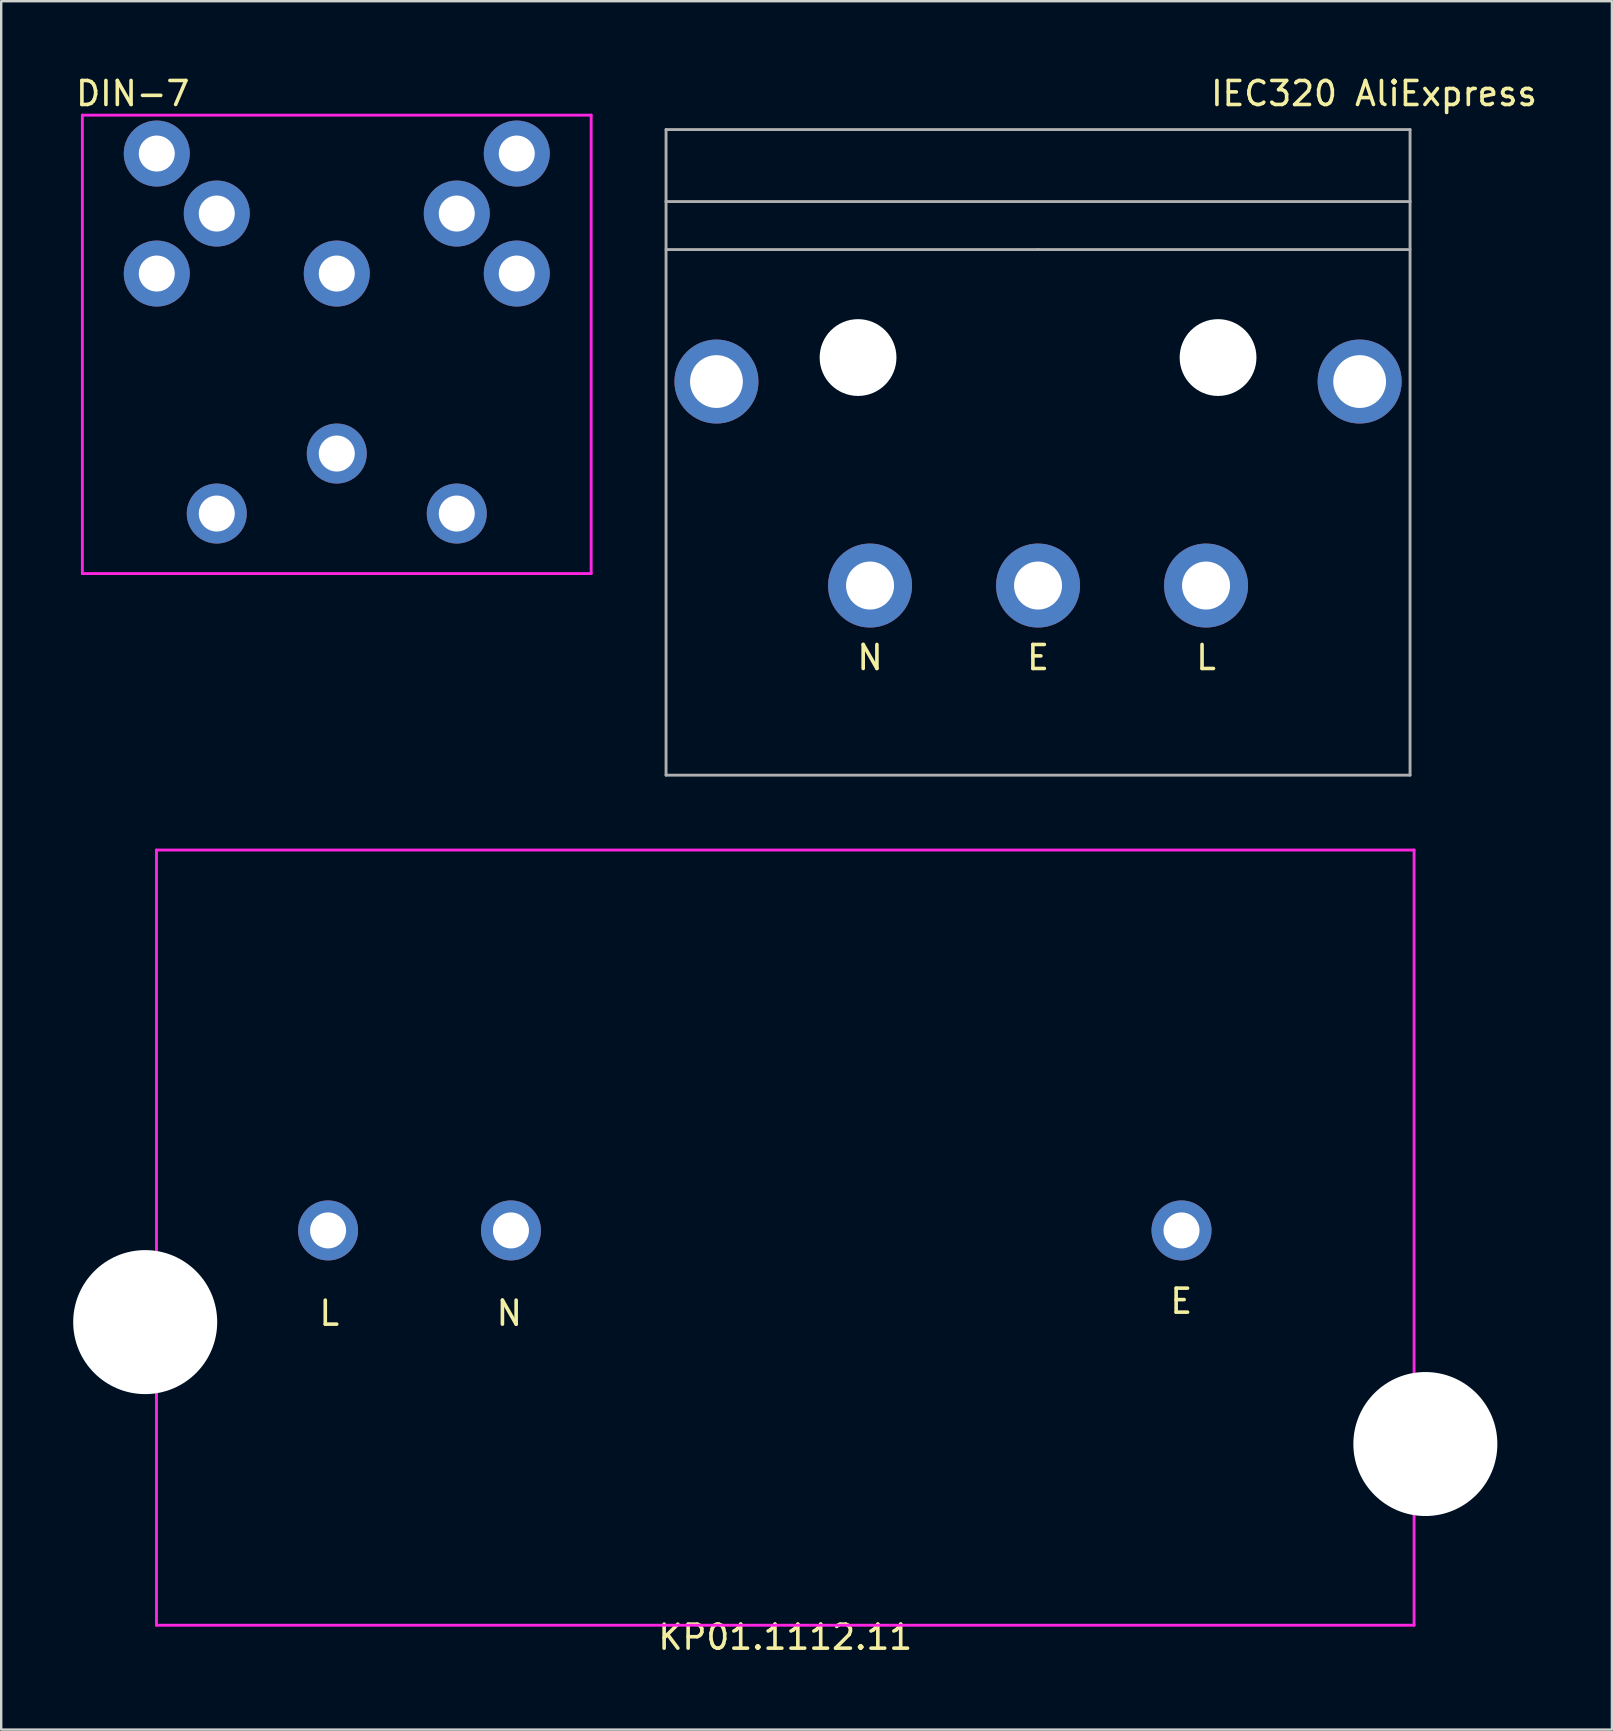
<source format=kicad_pcb>
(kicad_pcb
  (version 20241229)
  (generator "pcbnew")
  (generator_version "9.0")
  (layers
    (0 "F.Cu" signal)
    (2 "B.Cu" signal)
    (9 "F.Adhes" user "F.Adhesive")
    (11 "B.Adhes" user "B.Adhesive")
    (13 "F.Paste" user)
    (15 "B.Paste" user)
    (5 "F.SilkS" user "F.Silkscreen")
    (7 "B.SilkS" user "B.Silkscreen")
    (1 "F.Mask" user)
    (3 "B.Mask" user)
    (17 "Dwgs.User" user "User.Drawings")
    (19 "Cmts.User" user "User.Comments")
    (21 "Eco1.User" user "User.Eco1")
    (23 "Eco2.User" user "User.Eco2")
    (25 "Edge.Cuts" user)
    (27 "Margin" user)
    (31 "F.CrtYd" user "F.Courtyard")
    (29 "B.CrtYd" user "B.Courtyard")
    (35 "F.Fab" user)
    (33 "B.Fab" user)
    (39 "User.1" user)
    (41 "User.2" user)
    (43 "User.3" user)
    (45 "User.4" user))
  (footprint "IEC320 AliExpress"
    (layer "F.Cu")
    (at 40.202 15.848)
    (property "Reference" "IEC320 AliExpress" (at 14 -15 0) (layer "F.SilkS") (effects (font (size 1 1) (thickness 0.15))))
    (attr through_hole)
    (fp_line (start -15.5 -13.5) (end -15.5 -10.5) (stroke (width 0.12) (type solid)) (layer "F.Fab"))
    (fp_line (start -15.5 -10.5) (end 15.5 -10.5) (stroke (width 0.12) (type solid)) (layer "F.Fab"))
    (fp_line (start -15.5 13.4) (end -15.5 -10.5) (stroke (width 0.12) (type solid)) (layer "F.Fab"))
    (fp_line (start 0 -8.5) (end -15.5 -8.5) (stroke (width 0.12) (type solid)) (layer "F.Fab"))
    (fp_line (start 0 -8.5) (end 15.5 -8.5) (stroke (width 0.12) (type solid)) (layer "F.Fab"))
    (fp_line (start 15.5 -13.5) (end -15.5 -13.5) (stroke (width 0.12) (type solid)) (layer "F.Fab"))
    (fp_line (start 15.5 -10.5) (end 15.5 -13.5) (stroke (width 0.12) (type solid)) (layer "F.Fab"))
    (fp_line (start 15.5 -10.5) (end 15.5 13.4) (stroke (width 0.12) (type solid)) (layer "F.Fab"))
    (fp_line (start 15.5 13.4) (end -15.5 13.4) (stroke (width 0.12) (type solid)) (layer "F.Fab"))
    (fp_text user "L" (at 7 8.5 0) (layer "F.SilkS") (effects (font (size 1 1) (thickness 0.15))))
    (fp_text user "N" (at -7 8.5 0) (layer "F.SilkS") (effects (font (size 1 1) (thickness 0.15))))
    (fp_text user "E" (at 0 8.5 0) (layer "F.SilkS") (effects (font (size 1 1) (thickness 0.15))))
    (pad "" np_thru_hole circle (at -7.5 -4) (size 3.2 3.2) (drill 3.2) (layers "*.Cu" "*.Mask"))
    (pad "" np_thru_hole circle (at 7.5 -4) (size 3.2 3.2) (drill 3.2) (layers "*.Cu" "*.Mask"))
    (pad "1" thru_hole circle (at -7 5.5) (size 3.5 3.5) (drill 2) (layers "*.Cu" "*.Mask"))
    (pad "2" thru_hole circle (at -13.4 -3) (size 3.5 3.5) (drill 2.2) (layers "*.Cu" "*.Mask"))
    (pad "2" thru_hole circle (at 0 5.5) (size 3.5 3.5) (drill 2) (layers "*.Cu" "*.Mask"))
    (pad "2" thru_hole circle (at 13.4 -3) (size 3.5 3.5) (drill 2.2) (layers "*.Cu" "*.Mask"))
    (pad "3" thru_hole circle (at 7 5.5) (size 3.5 3.5) (drill 2) (layers "*.Cu" "*.Mask")))
  (footprint "DIN-7"
    (layer "F.Cu")
    (at 10.982 15.848)
    (property "Reference" "DIN-7" (at -8.5 -15 0) (layer "F.SilkS") (effects (font (size 1 1) (thickness 0.15))))
    (attr through_hole)
    (fp_line (start -10.6 -14.1) (end 10.6 -14.1) (stroke (width 0.12) (type solid)) (layer "F.CrtYd"))
    (fp_line (start -10.6 5) (end -10.6 -14.1) (stroke (width 0.12) (type solid)) (layer "F.CrtYd"))
    (fp_line (start -10.6 5) (end 10.6 5) (stroke (width 0.12) (type solid)) (layer "F.CrtYd"))
    (fp_line (start 10.6 5) (end 10.6 -14.1) (stroke (width 0.12) (type solid)) (layer "F.CrtYd"))
    (pad "1" thru_hole circle (at 7.5 -7.5) (size 2.75 2.75) (drill 1.5) (layers "*.Cu" "*.Mask"))
    (pad "2" thru_hole circle (at 0 -7.5) (size 2.75 2.75) (drill 1.5) (layers "*.Cu" "*.Mask"))
    (pad "3" thru_hole circle (at -7.5 -7.5) (size 2.75 2.75) (drill 1.5) (layers "*.Cu" "*.Mask"))
    (pad "4" thru_hole circle (at 5 -10 90) (size 2.75 2.75) (drill 1.5) (layers "*.Cu" "*.Mask"))
    (pad "5" thru_hole circle (at -5 -10) (size 2.75 2.75) (drill 1.5) (layers "*.Cu" "*.Mask"))
    (pad "6" thru_hole circle (at 7.5 -12.5) (size 2.75 2.75) (drill 1.5) (layers "*.Cu" "*.Mask"))
    (pad "7" thru_hole circle (at -7.5 -12.5) (size 2.75 2.75) (drill 1.5) (layers "*.Cu" "*.Mask"))
    (pad "8" thru_hole circle (at -5 2.5) (size 2.5 2.5) (drill 1.5) (layers "*.Cu" "*.Mask"))
    (pad "9" thru_hole circle (at 0 0) (size 2.5 2.5) (drill 1.5) (layers "*.Cu" "*.Mask"))
    (pad "10" thru_hole circle (at 5 2.5) (size 2.5 2.5) (drill 1.5) (layers "*.Cu" "*.Mask")))
  (footprint "KP01.1112.11"
    (layer "F.Cu")
    (at 29.67 64.668)
    (property "Reference" "KP01.1112.11" (at 0 0.5 0) (layer "F.SilkS") (effects (font (size 1 1) (thickness 0.15))))
    (attr through_hole)
    (fp_line (start -26.2 -32.3) (end -26.2 0) (stroke (width 0.12) (type solid)) (layer "F.CrtYd"))
    (fp_line (start -26.2 -32.3) (end 26.2 -32.3) (stroke (width 0.12) (type solid)) (layer "F.CrtYd"))
    (fp_line (start -26.2 0) (end 26.2 0) (stroke (width 0.12) (type solid)) (layer "F.CrtYd"))
    (fp_line (start 26.2 0) (end 26.2 -32.3) (stroke (width 0.12) (type solid)) (layer "F.CrtYd"))
    (fp_text user "L" (at -19 -13 0) (layer "F.SilkS") (effects (font (size 1 1) (thickness 0.15))))
    (fp_text user "E" (at 16.5 -13.5 0) (layer "F.SilkS") (effects (font (size 1 1) (thickness 0.15))))
    (fp_text user "N" (at -11.5 -13 0) (layer "F.SilkS") (effects (font (size 1 1) (thickness 0.15))))
    (pad "" np_thru_hole circle (at -26.67 -12.63) (size 6 6) (drill 6) (layers "*.Cu" "*.Mask"))
    (pad "" np_thru_hole circle (at 26.67 -7.55) (size 6 6) (drill 6) (layers "*.Cu" "*.Mask"))
    (pad "1" thru_hole circle (at -19.05 -16.45) (size 2.5 2.5) (drill 1.5) (layers "*.Cu" "*.Mask"))
    (pad "2" thru_hole circle (at -11.43 -16.45) (size 2.5 2.5) (drill 1.5) (layers "*.Cu" "*.Mask"))
    (pad "3" thru_hole circle (at 16.51 -16.45) (size 2.5 2.5) (drill 1.5) (layers "*.Cu" "*.Mask")))
  (gr_rect
    (start -3 -3)
    (end 64.113 69.016)
    (stroke (width 0.1) (type default))
    (fill no)
    (layer "Edge.Cuts")))
</source>
